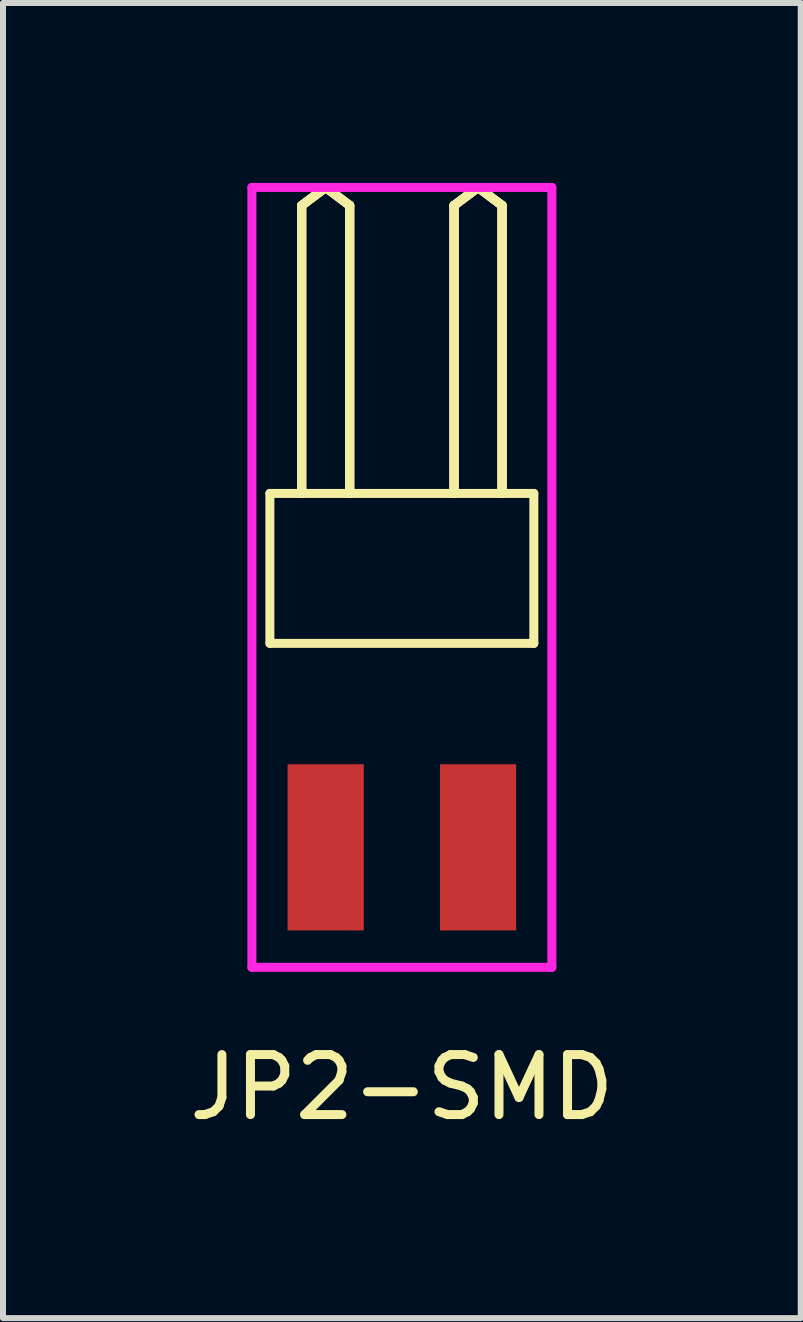
<source format=kicad_pcb>
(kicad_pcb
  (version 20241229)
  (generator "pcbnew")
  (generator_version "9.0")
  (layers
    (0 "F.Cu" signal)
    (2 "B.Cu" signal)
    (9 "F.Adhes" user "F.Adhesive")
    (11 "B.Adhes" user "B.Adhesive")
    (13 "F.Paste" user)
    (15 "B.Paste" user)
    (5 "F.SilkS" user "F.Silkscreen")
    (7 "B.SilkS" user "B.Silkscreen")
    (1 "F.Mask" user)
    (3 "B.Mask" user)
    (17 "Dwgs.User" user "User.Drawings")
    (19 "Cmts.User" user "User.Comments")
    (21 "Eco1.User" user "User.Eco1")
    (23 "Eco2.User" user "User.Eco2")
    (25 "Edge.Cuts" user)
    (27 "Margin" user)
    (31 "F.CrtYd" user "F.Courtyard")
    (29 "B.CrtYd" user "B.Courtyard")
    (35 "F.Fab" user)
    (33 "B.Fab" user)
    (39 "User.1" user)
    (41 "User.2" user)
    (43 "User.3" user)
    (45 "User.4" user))
  (footprint "JP2-SMD"
    (layer "F.Cu")
    (at 3.649 11.075)
    (property "Reference" "JP2-SMD" (at 0 4 0) (layer "F.SilkS") (effects (font (size 1 1) (thickness 0.15))))
    (attr through_hole)
    (fp_line (start -2.2 -5.9) (end 2.2 -5.9) (stroke (width 0.15) (type solid)) (layer "F.SilkS"))
    (fp_line (start -2.2 -3.4) (end -2.2 -5.9) (stroke (width 0.15) (type solid)) (layer "F.SilkS"))
    (fp_line (start -1.67 -10.7) (end -1.27 -11) (stroke (width 0.15) (type solid)) (layer "F.SilkS"))
    (fp_line (start -1.67 -10.7) (end -1.27 -11) (stroke (width 0.15) (type solid)) (layer "F.SilkS"))
    (fp_line (start -1.67 -10.7) (end -1.27 -11) (stroke (width 0.15) (type solid)) (layer "F.SilkS"))
    (fp_line (start -1.67 -10.7) (end -1.27 -11) (stroke (width 0.15) (type solid)) (layer "F.SilkS"))
    (fp_line (start -1.67 -5.9) (end -1.67 -10.7) (stroke (width 0.15) (type solid)) (layer "F.SilkS"))
    (fp_line (start -1.67 -5.9) (end -1.67 -10.7) (stroke (width 0.15) (type solid)) (layer "F.SilkS"))
    (fp_line (start -1.67 -5.9) (end -1.67 -10.7) (stroke (width 0.15) (type solid)) (layer "F.SilkS"))
    (fp_line (start -1.67 -5.9) (end -1.67 -10.7) (stroke (width 0.15) (type solid)) (layer "F.SilkS"))
    (fp_line (start -1.27 -11) (end -0.87 -10.7) (stroke (width 0.15) (type solid)) (layer "F.SilkS"))
    (fp_line (start -1.27 -11) (end -0.87 -10.7) (stroke (width 0.15) (type solid)) (layer "F.SilkS"))
    (fp_line (start -1.27 -11) (end -0.87 -10.7) (stroke (width 0.15) (type solid)) (layer "F.SilkS"))
    (fp_line (start -1.27 -11) (end -0.87 -10.7) (stroke (width 0.15) (type solid)) (layer "F.SilkS"))
    (fp_line (start -0.87 -10.7) (end -0.87 -5.9) (stroke (width 0.15) (type solid)) (layer "F.SilkS"))
    (fp_line (start -0.87 -10.7) (end -0.87 -5.9) (stroke (width 0.15) (type solid)) (layer "F.SilkS"))
    (fp_line (start -0.87 -10.7) (end -0.87 -5.9) (stroke (width 0.15) (type solid)) (layer "F.SilkS"))
    (fp_line (start -0.87 -10.7) (end -0.87 -5.9) (stroke (width 0.15) (type solid)) (layer "F.SilkS"))
    (fp_line (start 0.87 -10.7) (end 1.27 -11) (stroke (width 0.15) (type solid)) (layer "F.SilkS"))
    (fp_line (start 0.87 -10.7) (end 1.27 -11) (stroke (width 0.15) (type solid)) (layer "F.SilkS"))
    (fp_line (start 0.87 -10.7) (end 1.27 -11) (stroke (width 0.15) (type solid)) (layer "F.SilkS"))
    (fp_line (start 0.87 -10.7) (end 1.27 -11) (stroke (width 0.15) (type solid)) (layer "F.SilkS"))
    (fp_line (start 0.87 -5.9) (end 0.87 -10.7) (stroke (width 0.15) (type solid)) (layer "F.SilkS"))
    (fp_line (start 0.87 -5.9) (end 0.87 -10.7) (stroke (width 0.15) (type solid)) (layer "F.SilkS"))
    (fp_line (start 0.87 -5.9) (end 0.87 -10.7) (stroke (width 0.15) (type solid)) (layer "F.SilkS"))
    (fp_line (start 0.87 -5.9) (end 0.87 -10.7) (stroke (width 0.15) (type solid)) (layer "F.SilkS"))
    (fp_line (start 1.27 -11) (end 1.67 -10.7) (stroke (width 0.15) (type solid)) (layer "F.SilkS"))
    (fp_line (start 1.27 -11) (end 1.67 -10.7) (stroke (width 0.15) (type solid)) (layer "F.SilkS"))
    (fp_line (start 1.27 -11) (end 1.67 -10.7) (stroke (width 0.15) (type solid)) (layer "F.SilkS"))
    (fp_line (start 1.27 -11) (end 1.67 -10.7) (stroke (width 0.15) (type solid)) (layer "F.SilkS"))
    (fp_line (start 1.67 -10.7) (end 1.67 -5.9) (stroke (width 0.15) (type solid)) (layer "F.SilkS"))
    (fp_line (start 1.67 -10.7) (end 1.67 -5.9) (stroke (width 0.15) (type solid)) (layer "F.SilkS"))
    (fp_line (start 1.67 -10.7) (end 1.67 -5.9) (stroke (width 0.15) (type solid)) (layer "F.SilkS"))
    (fp_line (start 1.67 -10.7) (end 1.67 -5.9) (stroke (width 0.15) (type solid)) (layer "F.SilkS"))
    (fp_line (start 2.2 -5.9) (end 2.2 -3.4) (stroke (width 0.15) (type solid)) (layer "F.SilkS"))
    (fp_line (start 2.2 -3.4) (end -2.2 -3.4) (stroke (width 0.15) (type solid)) (layer "F.SilkS"))
    (fp_line (start -2.5 -11) (end 2.5 -11) (stroke (width 0.15) (type solid)) (layer "F.CrtYd"))
    (fp_line (start -2.5 2) (end -2.5 -11) (stroke (width 0.15) (type solid)) (layer "F.CrtYd"))
    (fp_line (start 2.5 -11) (end 2.5 2) (stroke (width 0.15) (type solid)) (layer "F.CrtYd"))
    (fp_line (start 2.5 2) (end -2.5 2) (stroke (width 0.15) (type solid)) (layer "F.CrtYd"))
    (pad "1" smd rect (at -1.27 0) (size 1.27 2.77) (layers "F.Cu" "F.Mask" "F.Paste"))
    (pad "2" smd rect (at 1.27 0) (size 1.27 2.77) (layers "F.Cu" "F.Mask" "F.Paste")))
  (gr_rect
    (start -3 -3)
    (end 10.298 18.923)
    (stroke (width 0.1) (type default))
    (fill no)
    (layer "Edge.Cuts")))
</source>
